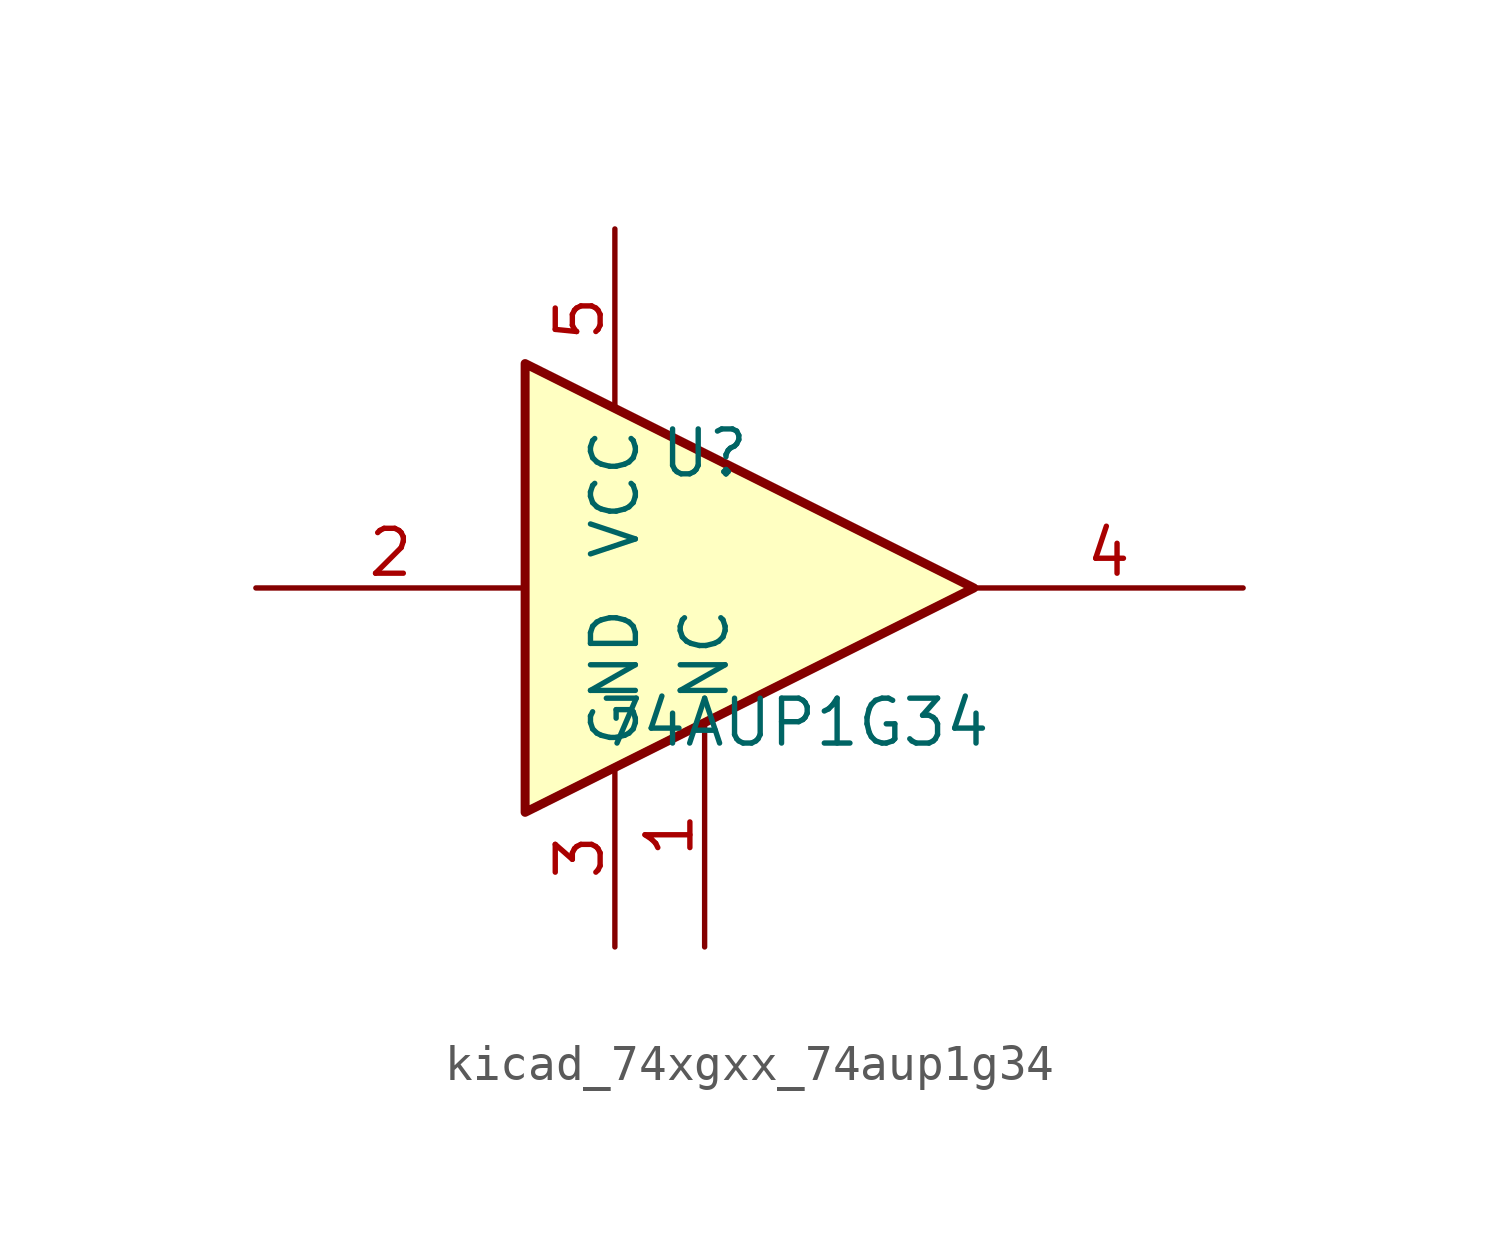
<source format=kicad_sym>
(kicad_symbol_lib
  (version 20220914)
  (generator kicad_symbol_editor)
  (symbol "kicad_74xgxx_74aup1g34"
    (property "Reference" "U"
      (at -2.54 3.81 0)
      (effects (font (size 1.27 1.27))))
    (property "Value" "74AUP1G34"
      (at 0 -3.81 0)
      (effects (font (size 1.27 1.27))))
    (symbol "kicad_74xgxx_74aup1g34_0_1"
      (polyline (pts (xy -7.62 6.35) (xy -7.62 -6.35) (xy 5.08 0) (xy -7.62 6.35)) (stroke (width 0.254) (type default)) (fill (type background))))
    (symbol "kicad_74xgxx_74aup1g34_1_1"
      (pin free line (at -2.54 -10.16 90) (length 6.35) (name "NC" (effects (font (size 1.27 1.27)))) (number "1" (effects (font (size 1.27 1.27)))))
      (pin input line (at -15.24 0 0) (length 7.62) (name "~" (effects (font (size 1.27 1.27)))) (number "2" (effects (font (size 1.27 1.27)))))
      (pin power_in line (at -5.08 -10.16 90) (length 5.08) (name "GND" (effects (font (size 1.27 1.27)))) (number "3" (effects (font (size 1.27 1.27)))))
      (pin output line (at 12.7 0 180) (length 7.62) (name "~" (effects (font (size 1.27 1.27)))) (number "4" (effects (font (size 1.27 1.27)))))
      (pin power_in line (at -5.08 10.16 270) (length 5.08) (name "VCC" (effects (font (size 1.27 1.27)))) (number "5" (effects (font (size 1.27 1.27))))))))
</source>
